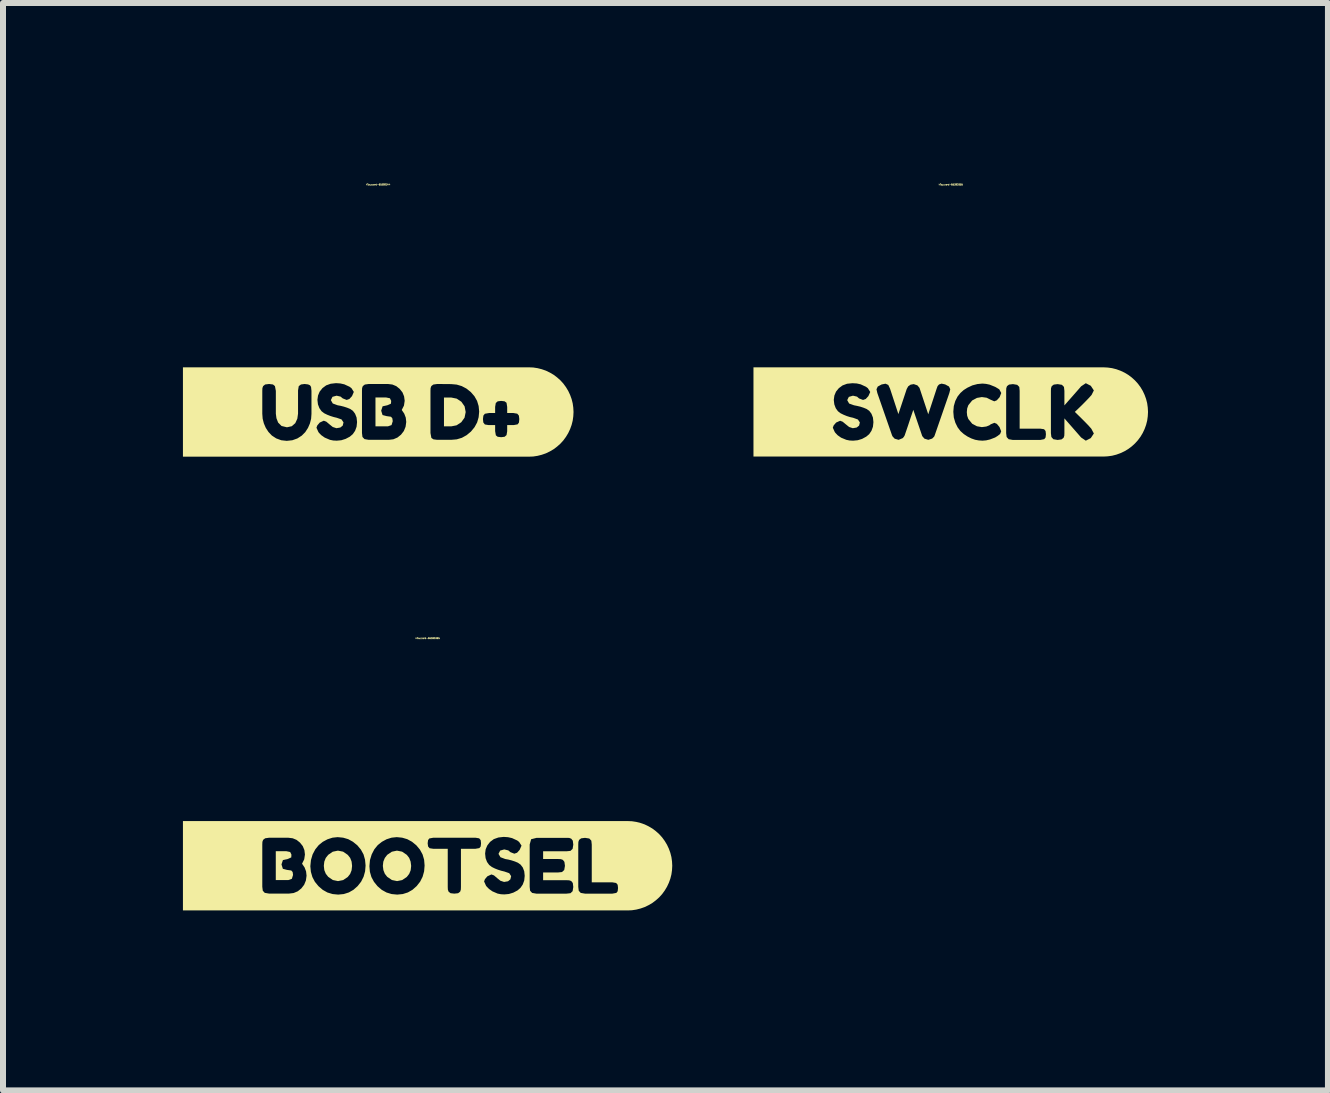
<source format=kicad_pcb>
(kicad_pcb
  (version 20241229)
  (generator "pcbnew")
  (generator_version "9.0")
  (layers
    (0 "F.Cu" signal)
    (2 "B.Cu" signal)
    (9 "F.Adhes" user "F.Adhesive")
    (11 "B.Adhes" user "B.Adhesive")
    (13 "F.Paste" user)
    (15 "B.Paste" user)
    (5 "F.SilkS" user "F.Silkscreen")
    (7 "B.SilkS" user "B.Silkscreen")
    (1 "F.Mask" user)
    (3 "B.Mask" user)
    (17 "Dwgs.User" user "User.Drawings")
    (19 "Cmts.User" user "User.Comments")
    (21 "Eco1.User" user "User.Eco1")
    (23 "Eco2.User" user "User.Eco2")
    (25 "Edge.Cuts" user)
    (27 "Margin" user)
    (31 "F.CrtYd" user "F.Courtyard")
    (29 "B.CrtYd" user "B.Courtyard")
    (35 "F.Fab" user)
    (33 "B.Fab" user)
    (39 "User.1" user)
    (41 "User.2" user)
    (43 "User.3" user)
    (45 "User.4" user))
  (footprint "kibuzzard-653BD355"
    (layer "F.Cu")
    (at 12.801 3.818)
    (property "Reference" "kibuzzard-653BD355" (at 0 -3.792 0) (layer "F.SilkS") (effects (font (size 0.025 0.025) (thickness 0.15))))
    (attr board_only exclude_from_pos_files exclude_from_bom)
    (fp_poly (pts (xy -1.966 -0.744) (xy -3.289 -0.744) (xy -3.289 0.744) (xy -1.966 0.744) (xy -1.628 0.744) (xy -1.628 0.479) (xy -1.686 0.476) (xy -1.741 0.465) (xy -1.828 0.429) (xy -1.885 0.389) (xy -1.922 0.35) (xy -1.933 0.336) (xy -1.966 0.263) (xy -1.952 0.225) (xy -1.911 0.177) (xy -1.844 0.147) (xy -1.802 0.163) (xy -1.745 0.21) (xy -1.694 0.251) (xy -1.633 0.271) (xy -1.568 0.26) (xy -1.528 0.228) (xy -1.515 0.175) (xy -1.548 0.126) (xy -1.628 0.097) (xy -1.678 0.086) (xy -1.732 0.069) (xy -1.786 0.047) (xy -1.837 0.022) (xy -1.881 -0.012) (xy -1.917 -0.062) (xy -1.941 -0.126) (xy -1.95 -0.201) (xy -1.94 -0.273) (xy -1.913 -0.338) (xy -1.866 -0.396) (xy -1.804 -0.442) (xy -1.729 -0.47) (xy -1.64 -0.479) (xy -1.567 -0.475) (xy -1.501 -0.46) (xy -1.414 -0.42) (xy -1.382 -0.396) (xy -1.342 -0.333) (xy -1.373 -0.264) (xy -1.417 -0.216) (xy -1.462 -0.2) (xy -1.528 -0.225) (xy -1.543 -0.238) (xy -1.562 -0.255) (xy -1.63 -0.271) (xy -1.699 -0.251) (xy -1.726 -0.197) (xy -1.694 -0.14) (xy -1.613 -0.111) (xy -1.563 -0.101) (xy -1.508 -0.088) (xy -1.453 -0.07) (xy -1.402 -0.049) (xy -1.358 -0.018) (xy -1.322 0.03) (xy -1.297 0.094) (xy -1.289 0.17) (xy -1.297 0.247) (xy -1.322 0.315) (xy -1.36 0.371) (xy -1.409 0.412) (xy -1.479 0.45) (xy -1.552 0.472) (xy -1.628 0.479) (xy -1.628 0.744) (xy -0.374 0.744) (xy -0.374 0.465) (xy -0.439 0.445) (xy -0.475 0.403) (xy -0.624 -0.035) (xy -0.675 0.115) (xy -0.714 0.233) (xy -0.743 0.318) (xy -0.761 0.37) (xy -0.767 0.389) (xy -0.779 0.411) (xy -0.799 0.436) (xy -0.869 0.465) (xy -0.935 0.446) (xy -0.97 0.408) (xy -0.979 0.389) (xy -1.224 -0.316) (xy -1.238 -0.378) (xy -1.217 -0.423) (xy -1.153 -0.458) (xy -1.087 -0.471) (xy -1.041 -0.45) (xy -1.012 -0.388) (xy -0.873 0.036) (xy -0.734 -0.382) (xy -0.709 -0.427) (xy -0.669 -0.455) (xy -0.617 -0.464) (xy -0.556 -0.443) (xy -0.521 -0.402) (xy -0.375 0.039) (xy -0.235 -0.388) (xy -0.219 -0.431) (xy -0.195 -0.458) (xy -0.153 -0.472) (xy -0.093 -0.459) (xy -0.029 -0.424) (xy -0.008 -0.378) (xy -0.023 -0.316) (xy -0.267 0.389) (xy -0.276 0.411) (xy -0.309 0.444) (xy -0.374 0.465) (xy -0.374 0.744) (xy 0.529 0.744) (xy 0.529 0.479) (xy 0.468 0.475) (xy 0.407 0.464) (xy 0.344 0.442) (xy 0.28 0.41) (xy 0.218 0.369) (xy 0.162 0.319) (xy 0.115 0.257) (xy 0.077 0.18) (xy 0.051 0.092) (xy 0.043 -0.003) (xy 0.051 -0.098) (xy 0.076 -0.183) (xy 0.114 -0.257) (xy 0.161 -0.316) (xy 0.216 -0.365) (xy 0.278 -0.404) (xy 0.361 -0.443) (xy 0.445 -0.465) (xy 0.528 -0.473) (xy 0.588 -0.468) (xy 0.649 -0.455) (xy 0.743 -0.417) (xy 0.773 -0.399) (xy 0.809 -0.377) (xy 0.842 -0.316) (xy 0.815 -0.246) (xy 0.768 -0.194) (xy 0.726 -0.177) (xy 0.662 -0.205) (xy 0.599 -0.237) (xy 0.519 -0.248) (xy 0.437 -0.234) (xy 0.357 -0.191) (xy 0.293 -0.112) (xy 0.274 -0.058) (xy 0.268 0.003) (xy 0.274 0.063) (xy 0.293 0.117) (xy 0.358 0.197) (xy 0.437 0.239) (xy 0.519 0.253) (xy 0.594 0.243) (xy 0.644 0.223) (xy 0.667 0.206) (xy 0.728 0.181) (xy 0.769 0.199) (xy 0.813 0.252) (xy 0.841 0.323) (xy 0.823 0.368) (xy 0.783 0.399) (xy 0.74 0.426) (xy 0.654 0.459) (xy 0.59 0.474) (xy 0.529 0.479) (xy 0.529 0.744) (xy 1.493 0.744) (xy 1.493 0.467) (xy 1.036 0.467) (xy 0.966 0.455) (xy 0.932 0.418) (xy 0.924 0.354) (xy 0.924 -0.352) (xy 0.926 -0.396) (xy 0.938 -0.43) (xy 0.972 -0.456) (xy 1.037 -0.464) (xy 1.108 -0.452) (xy 1.143 -0.417) (xy 1.149 -0.351) (xy 1.149 0.279) (xy 1.495 0.279) (xy 1.556 0.288) (xy 1.581 0.318) (xy 1.587 0.372) (xy 1.581 0.426) (xy 1.559 0.454) (xy 1.493 0.467) (xy 1.493 0.744) (xy 2.252 0.744) (xy 2.252 0.479) (xy 2.174 0.426) (xy 1.895 0.107) (xy 1.895 0.355) (xy 1.893 0.399) (xy 1.881 0.432) (xy 1.847 0.458) (xy 1.782 0.467) (xy 1.711 0.455) (xy 1.678 0.418) (xy 1.67 0.354) (xy 1.67 -0.352) (xy 1.672 -0.396) (xy 1.684 -0.43) (xy 1.718 -0.456) (xy 1.783 -0.464) (xy 1.854 -0.452) (xy 1.888 -0.417) (xy 1.895 -0.351) (xy 1.895 -0.109) (xy 1.961 -0.184) (xy 2.022 -0.253) (xy 2.078 -0.317) (xy 2.129 -0.375) (xy 2.174 -0.427) (xy 2.252 -0.479) (xy 2.335 -0.436) (xy 2.386 -0.359) (xy 2.348 -0.283) (xy 2.306 -0.236) (xy 2.254 -0.182) (xy 2.192 -0.119) (xy 2.12 -0.049) (xy 2.069 -0.001) (xy 2.159 0.087) (xy 2.235 0.163) (xy 2.297 0.227) (xy 2.344 0.28) (xy 2.386 0.359) (xy 2.335 0.436) (xy 2.252 0.479) (xy 2.252 0.744) (xy 2.386 0.744) (xy 2.545 0.744) (xy 2.618 0.74) (xy 2.69 0.73) (xy 2.761 0.712) (xy 2.83 0.687) (xy 2.896 0.656) (xy 2.958 0.619) (xy 3.017 0.575) (xy 3.071 0.526) (xy 3.12 0.472) (xy 3.164 0.413) (xy 3.201 0.351) (xy 3.232 0.285) (xy 3.257 0.216) (xy 3.275 0.145) (xy 3.285 0.073) (xy 3.289 0) (xy 3.285 -0.073) (xy 3.275 -0.145) (xy 3.257 -0.216) (xy 3.232 -0.285) (xy 3.201 -0.351) (xy 3.164 -0.413) (xy 3.12 -0.472) (xy 3.071 -0.526) (xy 3.017 -0.575) (xy 2.958 -0.619) (xy 2.896 -0.656) (xy 2.83 -0.687) (xy 2.761 -0.712) (xy 2.69 -0.73) (xy 2.618 -0.74) (xy 2.545 -0.744) (xy 2.386 -0.744) (xy -1.966 -0.744)) (stroke (width 0) (type solid)) (fill yes) (layer "F.SilkS")))
  (footprint "kibuzzard-653BD344"
    (layer "F.Cu")
    (at 3.256 3.819)
    (property "Reference" "kibuzzard-653BD344" (at 0 -3.793 0) (layer "F.SilkS") (effects (font (size 0.025 0.025) (thickness 0.15))))
    (attr board_only exclude_from_pos_files exclude_from_bom)
    (fp_poly (pts (xy 1.218 -0.241) (xy 1.096 -0.241) (xy 1.096 0.239) (xy 1.219 0.239) (xy 1.306 0.222) (xy 1.384 0.171) (xy 1.439 0.095) (xy 1.458 0.001) (xy 1.44 -0.094) (xy 1.386 -0.171) (xy 1.308 -0.223) (xy 1.218 -0.241)) (stroke (width 0) (type solid)) (fill yes) (layer "F.SilkS"))
    (fp_poly (pts (xy 0.242 0.153) (xy 0.235 0.105) (xy 0.212 0.079) (xy 0.141 0.069) (xy 0.072 0.051) (xy 0.049 -0.022) (xy 0.073 -0.095) (xy 0.151 -0.112) (xy 0.212 -0.139) (xy 0.216 -0.185) (xy 0.195 -0.229) (xy 0.132 -0.242) (xy -0.046 -0.242) (xy -0.046 0.239) (xy 0.162 0.239) (xy 0.222 0.218) (xy 0.242 0.153)) (stroke (width 0) (type solid)) (fill yes) (layer "F.SilkS"))
    (fp_poly (pts (xy -1.933 -0.745) (xy -3.256 -0.745) (xy -3.256 0.745) (xy -1.933 0.745) (xy -1.525 0.745) (xy -1.525 0.481) (xy -1.617 0.471) (xy -1.701 0.44) (xy -1.773 0.393) (xy -1.83 0.333) (xy -1.875 0.264) (xy -1.907 0.19) (xy -1.927 0.111) (xy -1.933 0.029) (xy -1.933 -0.354) (xy -1.931 -0.399) (xy -1.919 -0.432) (xy -1.885 -0.459) (xy -1.82 -0.467) (xy -1.755 -0.459) (xy -1.722 -0.432) (xy -1.707 -0.352) (xy -1.707 0.029) (xy -1.697 0.104) (xy -1.669 0.176) (xy -1.612 0.233) (xy -1.522 0.255) (xy -1.441 0.237) (xy -1.383 0.186) (xy -1.349 0.112) (xy -1.337 0.027) (xy -1.337 -0.361) (xy -1.325 -0.431) (xy -1.288 -0.459) (xy -1.228 -0.467) (xy -1.17 -0.46) (xy -1.137 -0.445) (xy -1.12 -0.418) (xy -1.113 -0.352) (xy -1.113 0.031) (xy -1.119 0.113) (xy -1.139 0.191) (xy -1.171 0.265) (xy -1.217 0.336) (xy -1.275 0.394) (xy -1.348 0.441) (xy -1.432 0.471) (xy -1.525 0.481) (xy -1.525 0.745) (xy -0.692 0.745) (xy -0.692 0.478) (xy -0.75 0.475) (xy -0.805 0.464) (xy -0.892 0.427) (xy -0.949 0.387) (xy -0.986 0.349) (xy -0.997 0.335) (xy -1.03 0.262) (xy -1.016 0.224) (xy -0.975 0.176) (xy -0.908 0.145) (xy -0.866 0.161) (xy -0.809 0.209) (xy -0.758 0.25) (xy -0.697 0.27) (xy -0.632 0.259) (xy -0.592 0.227) (xy -0.579 0.173) (xy -0.612 0.124) (xy -0.692 0.096) (xy -0.742 0.084) (xy -0.796 0.067) (xy -0.85 0.046) (xy -0.901 0.021) (xy -0.945 -0.013) (xy -0.981 -0.064) (xy -1.005 -0.127) (xy -1.014 -0.203) (xy -1.004 -0.274) (xy -0.977 -0.339) (xy -0.93 -0.398) (xy -0.868 -0.444) (xy -0.793 -0.471) (xy -0.704 -0.481) (xy -0.631 -0.476) (xy -0.565 -0.461) (xy -0.478 -0.421) (xy -0.446 -0.397) (xy -0.407 -0.335) (xy -0.437 -0.265) (xy -0.481 -0.217) (xy -0.526 -0.201) (xy -0.592 -0.227) (xy -0.607 -0.239) (xy -0.626 -0.256) (xy -0.694 -0.272) (xy -0.763 -0.253) (xy -0.79 -0.198) (xy -0.758 -0.142) (xy -0.677 -0.112) (xy -0.627 -0.103) (xy -0.572 -0.089) (xy -0.517 -0.071) (xy -0.466 -0.05) (xy -0.422 -0.019) (xy -0.386 0.029) (xy -0.361 0.092) (xy -0.353 0.168) (xy -0.361 0.246) (xy -0.386 0.314) (xy -0.424 0.369) (xy -0.473 0.411) (xy -0.543 0.448) (xy -0.616 0.471) (xy -0.692 0.478) (xy -0.692 0.745) (xy 0.175 0.745) (xy 0.175 0.464) (xy -0.159 0.464) (xy -0.229 0.452) (xy -0.263 0.416) (xy -0.271 0.35) (xy -0.271 -0.355) (xy -0.269 -0.399) (xy -0.257 -0.432) (xy -0.223 -0.458) (xy -0.158 -0.467) (xy 0.162 -0.467) (xy 0.236 -0.458) (xy 0.301 -0.431) (xy 0.358 -0.385) (xy 0.404 -0.327) (xy 0.431 -0.261) (xy 0.441 -0.187) (xy 0.429 -0.107) (xy 0.392 -0.034) (xy 0.434 0.028) (xy 0.459 0.094) (xy 0.467 0.166) (xy 0.456 0.246) (xy 0.427 0.317) (xy 0.38 0.378) (xy 0.32 0.426) (xy 0.252 0.455) (xy 0.175 0.464) (xy 0.175 0.745) (xy 1.215 0.745) (xy 1.215 0.464) (xy 0.983 0.464) (xy 0.92 0.456) (xy 0.886 0.432) (xy 0.871 0.351) (xy 0.871 -0.355) (xy 0.873 -0.399) (xy 0.885 -0.432) (xy 0.919 -0.458) (xy 0.984 -0.467) (xy 1.219 -0.465) (xy 1.308 -0.457) (xy 1.392 -0.432) (xy 1.47 -0.391) (xy 1.543 -0.333) (xy 1.604 -0.263) (xy 1.648 -0.185) (xy 1.674 -0.099) (xy 1.683 -0.006) (xy 1.674 0.087) (xy 1.649 0.174) (xy 1.606 0.253) (xy 1.546 0.326) (xy 1.474 0.386) (xy 1.395 0.43) (xy 1.309 0.456) (xy 1.215 0.464) (xy 1.215 0.745) (xy 2.049 0.745) (xy 2.049 0.42) (xy 1.991 0.413) (xy 1.961 0.389) (xy 1.949 0.319) (xy 1.949 0.218) (xy 1.839 0.218) (xy 1.778 0.208) (xy 1.752 0.175) (xy 1.746 0.117) (xy 1.753 0.06) (xy 1.778 0.029) (xy 1.848 0.017) (xy 1.949 0.017) (xy 1.949 -0.086) (xy 1.96 -0.15) (xy 1.992 -0.178) (xy 2.05 -0.185) (xy 2.107 -0.178) (xy 2.139 -0.154) (xy 2.15 -0.084) (xy 2.15 0.017) (xy 2.253 0.017) (xy 2.318 0.028) (xy 2.345 0.06) (xy 2.352 0.118) (xy 2.346 0.176) (xy 2.324 0.206) (xy 2.259 0.218) (xy 2.15 0.218) (xy 2.15 0.321) (xy 2.139 0.385) (xy 2.107 0.413) (xy 2.049 0.42) (xy 2.049 0.745) (xy 2.352 0.745) (xy 2.511 0.745) (xy 2.584 0.742) (xy 2.656 0.731) (xy 2.727 0.713) (xy 2.796 0.689) (xy 2.862 0.657) (xy 2.925 0.62) (xy 2.983 0.576) (xy 3.038 0.527) (xy 3.087 0.473) (xy 3.13 0.414) (xy 3.168 0.351) (xy 3.199 0.285) (xy 3.224 0.216) (xy 3.242 0.145) (xy 3.252 0.073) (xy 3.256 -0.000001) (xy 3.252 -0.073) (xy 3.242 -0.145) (xy 3.224 -0.216) (xy 3.199 -0.285) (xy 3.168 -0.351) (xy 3.13 -0.414) (xy 3.087 -0.473) (xy 3.038 -0.527) (xy 2.983 -0.576) (xy 2.925 -0.62) (xy 2.862 -0.657) (xy 2.796 -0.689) (xy 2.727 -0.713) (xy 2.656 -0.731) (xy 2.584 -0.742) (xy 2.511 -0.745) (xy 2.352 -0.745) (xy -1.933 -0.745)) (stroke (width 0) (type solid)) (fill yes) (layer "F.SilkS")))
  (footprint "kibuzzard-653BD365"
    (layer "F.Cu")
    (at 4.079 11.384)
    (property "Reference" "kibuzzard-653BD365" (at 0 -3.793 0) (layer "F.SilkS") (effects (font (size 0.025 0.025) (thickness 0.15))))
    (attr board_only exclude_from_pos_files exclude_from_bom)
    (fp_poly (pts (xy -2.243 0.153) (xy -2.25 0.105) (xy -2.273 0.079) (xy -2.345 0.069) (xy -2.413 0.051) (xy -2.436 -0.022) (xy -2.412 -0.095) (xy -2.334 -0.112) (xy -2.273 -0.139) (xy -2.27 -0.185) (xy -2.291 -0.229) (xy -2.353 -0.242) (xy -2.531 -0.242) (xy -2.531 0.239) (xy -2.323 0.239) (xy -2.263 0.218) (xy -2.243 0.153)) (stroke (width 0) (type solid)) (fill yes) (layer "F.SilkS"))
    (fp_poly (pts (xy -1.73 0.002) (xy -1.722 0.073) (xy -1.697 0.134) (xy -1.657 0.185) (xy -1.58 0.238) (xy -1.494 0.256) (xy -1.408 0.239) (xy -1.331 0.187) (xy -1.291 0.136) (xy -1.267 0.075) (xy -1.259 0.003) (xy -1.267 -0.069) (xy -1.291 -0.131) (xy -1.332 -0.182) (xy -1.409 -0.235) (xy -1.495 -0.252) (xy -1.581 -0.234) (xy -1.657 -0.182) (xy -1.698 -0.13) (xy -1.722 -0.069) (xy -1.73 0.002)) (stroke (width 0) (type solid)) (fill yes) (layer "F.SilkS"))
    (fp_poly (pts (xy -0.746 0.002) (xy -0.737 0.073) (xy -0.713 0.134) (xy -0.673 0.185) (xy -0.595 0.238) (xy -0.509 0.256) (xy -0.424 0.239) (xy -0.347 0.187) (xy -0.307 0.136) (xy -0.282 0.075) (xy -0.274 0.003) (xy -0.283 -0.069) (xy -0.307 -0.131) (xy -0.347 -0.182) (xy -0.425 -0.235) (xy -0.511 -0.252) (xy -0.596 -0.234) (xy -0.673 -0.182) (xy -0.713 -0.13) (xy -0.738 -0.069) (xy -0.746 0.002)) (stroke (width 0) (type solid)) (fill yes) (layer "F.SilkS"))
    (fp_poly (pts (xy -2.756 -0.745) (xy -4.079 -0.745) (xy -4.079 0.745) (xy -2.756 0.745) (xy -2.31 0.745) (xy -2.31 0.464) (xy -2.644 0.464) (xy -2.715 0.452) (xy -2.748 0.416) (xy -2.756 0.35) (xy -2.756 -0.355) (xy -2.754 -0.399) (xy -2.742 -0.432) (xy -2.708 -0.458) (xy -2.643 -0.467) (xy -2.323 -0.467) (xy -2.249 -0.458) (xy -2.184 -0.431) (xy -2.127 -0.385) (xy -2.081 -0.327) (xy -2.054 -0.261) (xy -2.045 -0.187) (xy -2.057 -0.107) (xy -2.093 -0.034) (xy -2.051 0.028) (xy -2.026 0.094) (xy -2.018 0.166) (xy -2.029 0.246) (xy -2.058 0.317) (xy -2.105 0.378) (xy -2.165 0.426) (xy -2.234 0.455) (xy -2.31 0.464) (xy -2.31 0.745) (xy -1.491 0.745) (xy -1.491 0.481) (xy -1.584 0.472) (xy -1.67 0.446) (xy -1.748 0.402) (xy -1.819 0.341) (xy -1.879 0.268) (xy -1.921 0.188) (xy -1.946 0.101) (xy -1.955 0.008) (xy -1.945 -0.094) (xy -1.917 -0.189) (xy -1.872 -0.274) (xy -1.815 -0.344) (xy -1.747 -0.399) (xy -1.669 -0.441) (xy -1.585 -0.468) (xy -1.499 -0.477) (xy -1.408 -0.468) (xy -1.323 -0.443) (xy -1.245 -0.4) (xy -1.172 -0.341) (xy -1.112 -0.269) (xy -1.068 -0.189) (xy -1.043 -0.1) (xy -1.034 -0.004) (xy -1.042 0.093) (xy -1.067 0.183) (xy -1.108 0.265) (xy -1.166 0.339) (xy -1.236 0.401) (xy -1.313 0.445) (xy -1.398 0.472) (xy -1.491 0.481) (xy -1.491 0.745) (xy -0.507 0.745) (xy -0.507 0.481) (xy -0.6 0.472) (xy -0.685 0.446) (xy -0.764 0.402) (xy -0.835 0.341) (xy -0.894 0.268) (xy -0.937 0.188) (xy -0.962 0.101) (xy -0.97 0.008) (xy -0.961 -0.094) (xy -0.932 -0.189) (xy -0.888 -0.274) (xy -0.831 -0.344) (xy -0.762 -0.399) (xy -0.685 -0.441) (xy -0.601 -0.468) (xy -0.514 -0.477) (xy -0.424 -0.468) (xy -0.339 -0.443) (xy -0.26 -0.4) (xy -0.188 -0.341) (xy -0.128 -0.269) (xy -0.084 -0.189) (xy -0.058 -0.1) (xy -0.05 -0.004) (xy -0.058 0.093) (xy -0.083 0.183) (xy -0.124 0.265) (xy -0.182 0.339) (xy -0.252 0.401) (xy -0.329 0.445) (xy -0.414 0.472) (xy -0.507 0.481) (xy -0.507 0.745) (xy 0.446 0.745) (xy 0.446 0.465) (xy 0.383 0.458) (xy 0.35 0.432) (xy 0.338 0.399) (xy 0.336 0.355) (xy 0.336 -0.283) (xy 0.093 -0.283) (xy 0.033 -0.292) (xy 0.008 -0.322) (xy 0.001 -0.375) (xy 0.008 -0.428) (xy 0.029 -0.455) (xy 0.094 -0.467) (xy 0.8 -0.467) (xy 0.86 -0.457) (xy 0.885 -0.427) (xy 0.891 -0.374) (xy 0.885 -0.321) (xy 0.863 -0.294) (xy 0.799 -0.283) (xy 0.556 -0.283) (xy 0.556 0.356) (xy 0.554 0.399) (xy 0.543 0.432) (xy 0.509 0.458) (xy 0.446 0.465) (xy 0.446 0.745) (xy 1.28 0.745) (xy 1.28 0.478) (xy 1.222 0.475) (xy 1.167 0.464) (xy 1.081 0.427) (xy 1.024 0.387) (xy 0.987 0.349) (xy 0.975 0.335) (xy 0.942 0.262) (xy 0.956 0.224) (xy 0.997 0.176) (xy 1.064 0.145) (xy 1.107 0.161) (xy 1.163 0.209) (xy 1.214 0.25) (xy 1.275 0.27) (xy 1.341 0.259) (xy 1.38 0.227) (xy 1.393 0.173) (xy 1.361 0.124) (xy 1.28 0.096) (xy 1.23 0.084) (xy 1.176 0.067) (xy 1.122 0.046) (xy 1.072 0.021) (xy 1.027 -0.013) (xy 0.991 -0.063) (xy 0.967 -0.127) (xy 0.959 -0.203) (xy 0.968 -0.274) (xy 0.996 -0.339) (xy 1.042 -0.398) (xy 1.104 -0.444) (xy 1.18 -0.471) (xy 1.269 -0.481) (xy 1.341 -0.476) (xy 1.408 -0.461) (xy 1.495 -0.421) (xy 1.526 -0.397) (xy 1.566 -0.335) (xy 1.535 -0.265) (xy 1.492 -0.217) (xy 1.446 -0.201) (xy 1.38 -0.227) (xy 1.366 -0.239) (xy 1.346 -0.256) (xy 1.278 -0.272) (xy 1.21 -0.253) (xy 1.182 -0.198) (xy 1.215 -0.142) (xy 1.295 -0.112) (xy 1.346 -0.103) (xy 1.401 -0.089) (xy 1.456 -0.071) (xy 1.506 -0.05) (xy 1.55 -0.019) (xy 1.587 0.029) (xy 1.611 0.092) (xy 1.619 0.168) (xy 1.611 0.246) (xy 1.586 0.314) (xy 1.548 0.369) (xy 1.5 0.411) (xy 1.43 0.448) (xy 1.356 0.471) (xy 1.28 0.478) (xy 1.28 0.745) (xy 2.316 0.745) (xy 2.316 0.465) (xy 1.813 0.465) (xy 1.743 0.453) (xy 1.709 0.417) (xy 1.702 0.352) (xy 1.702 -0.354) (xy 1.726 -0.442) (xy 1.817 -0.465) (xy 2.318 -0.465) (xy 2.361 -0.464) (xy 2.395 -0.451) (xy 2.421 -0.418) (xy 2.429 -0.352) (xy 2.418 -0.282) (xy 2.382 -0.248) (xy 2.316 -0.241) (xy 1.926 -0.241) (xy 1.926 -0.112) (xy 2.178 -0.112) (xy 2.222 -0.11) (xy 2.255 -0.098) (xy 2.281 -0.065) (xy 2.29 0.001) (xy 2.278 0.071) (xy 2.241 0.105) (xy 2.175 0.112) (xy 1.926 0.112) (xy 1.926 0.241) (xy 2.318 0.241) (xy 2.361 0.243) (xy 2.395 0.255) (xy 2.421 0.288) (xy 2.429 0.354) (xy 2.418 0.424) (xy 2.382 0.458) (xy 2.316 0.465) (xy 2.316 0.745) (xy 3.081 0.745) (xy 3.081 0.465) (xy 2.624 0.465) (xy 2.553 0.453) (xy 2.52 0.417) (xy 2.512 0.352) (xy 2.512 -0.354) (xy 2.514 -0.398) (xy 2.526 -0.431) (xy 2.56 -0.457) (xy 2.625 -0.465) (xy 2.696 -0.454) (xy 2.73 -0.418) (xy 2.737 -0.352) (xy 2.737 0.277) (xy 3.082 0.277) (xy 3.143 0.287) (xy 3.169 0.317) (xy 3.175 0.371) (xy 3.169 0.425) (xy 3.147 0.453) (xy 3.081 0.465) (xy 3.081 0.745) (xy 3.175 0.745) (xy 3.334 0.745) (xy 3.407 0.742) (xy 3.479 0.731) (xy 3.55 0.713) (xy 3.619 0.689) (xy 3.685 0.657) (xy 3.748 0.62) (xy 3.806 0.576) (xy 3.861 0.527) (xy 3.91 0.473) (xy 3.953 0.414) (xy 3.991 0.351) (xy 4.022 0.285) (xy 4.047 0.216) (xy 4.065 0.145) (xy 4.075 0.073) (xy 4.079 0) (xy 4.075 -0.073) (xy 4.065 -0.145) (xy 4.047 -0.216) (xy 4.022 -0.285) (xy 3.991 -0.351) (xy 3.953 -0.414) (xy 3.91 -0.473) (xy 3.861 -0.527) (xy 3.806 -0.576) (xy 3.748 -0.62) (xy 3.685 -0.657) (xy 3.619 -0.689) (xy 3.55 -0.713) (xy 3.479 -0.731) (xy 3.407 -0.742) (xy 3.334 -0.745) (xy 3.175 -0.745) (xy -2.756 -0.745)) (stroke (width 0) (type solid)) (fill yes) (layer "F.SilkS")))
  (gr_rect
    (start -3 -3)
    (end 19.09 15.129)
    (stroke (width 0.1) (type default))
    (fill no)
    (layer "Edge.Cuts")))
</source>
